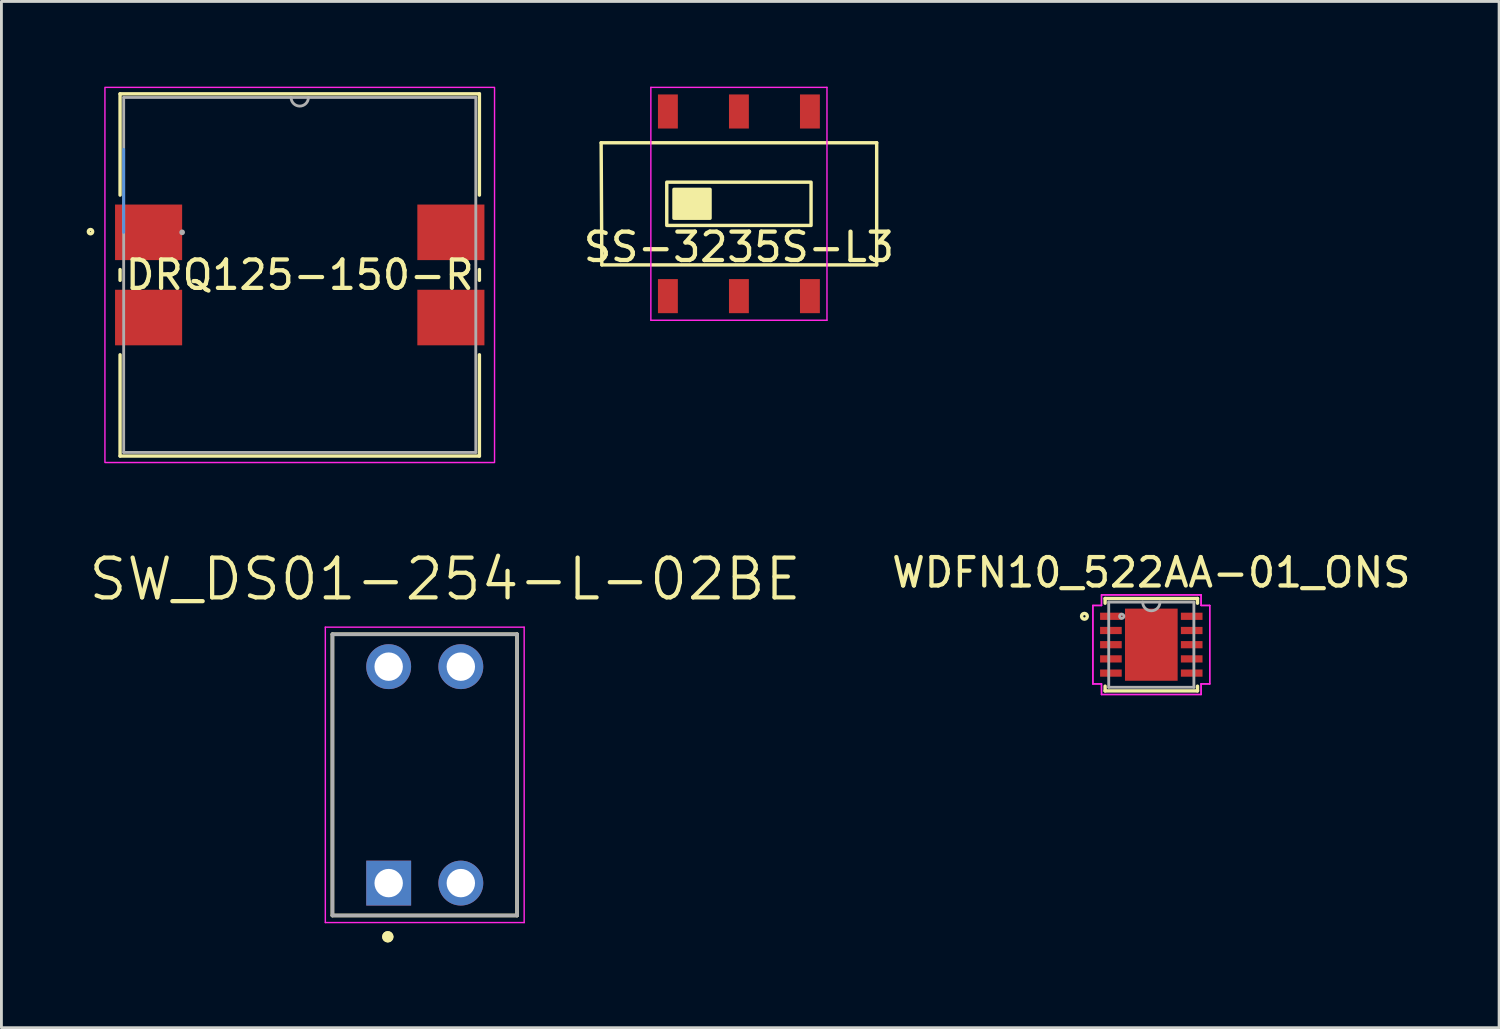
<source format=kicad_pcb>
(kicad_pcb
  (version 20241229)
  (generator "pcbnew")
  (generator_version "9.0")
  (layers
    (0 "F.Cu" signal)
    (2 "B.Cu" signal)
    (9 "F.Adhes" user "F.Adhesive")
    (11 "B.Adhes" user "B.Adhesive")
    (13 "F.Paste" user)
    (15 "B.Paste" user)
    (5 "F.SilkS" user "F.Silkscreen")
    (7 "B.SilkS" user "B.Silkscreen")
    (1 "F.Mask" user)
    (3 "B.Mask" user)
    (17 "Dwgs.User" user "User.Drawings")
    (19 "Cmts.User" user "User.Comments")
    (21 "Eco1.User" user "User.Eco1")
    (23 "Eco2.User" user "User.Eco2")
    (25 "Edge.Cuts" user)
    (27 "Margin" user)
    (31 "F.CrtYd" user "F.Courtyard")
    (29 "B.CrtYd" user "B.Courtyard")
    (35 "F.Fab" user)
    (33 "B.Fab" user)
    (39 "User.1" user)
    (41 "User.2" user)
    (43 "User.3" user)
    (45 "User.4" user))
  (footprint "SW_DS01-254-L-02BE"
    (layer "F.Cu")
    (at 11.903 24.229)
    (property "Reference" "SW_DS01-254-L-02BE" (at 0.715 -6.889 0) (layer "F.SilkS") (effects (font (size 1.4 1.4) (thickness 0.15))))
    (attr through_hole)
    (fp_line (start -3.25 -4.95) (end 3.25 -4.95) (stroke (width 0.127) (type solid)) (layer "F.SilkS"))
    (fp_line (start -3.25 4.95) (end -3.25 -4.95) (stroke (width 0.127) (type solid)) (layer "F.SilkS"))
    (fp_line (start 3.25 -4.95) (end 3.25 4.95) (stroke (width 0.127) (type solid)) (layer "F.SilkS"))
    (fp_line (start 3.25 4.95) (end -3.25 4.95) (stroke (width 0.127) (type solid)) (layer "F.SilkS"))
    (fp_circle (center -1.3 5.7) (end -1.2 5.7) (stroke (width 0.2) (type solid)) (fill no) (layer "F.SilkS"))
    (fp_circle (center -1.3 5.7) (end -1.2 5.7) (stroke (width 0.2) (type solid)) (fill no) (layer "F.SilkS"))
    (fp_line (start -3.5 -5.2) (end -3.5 5.2) (stroke (width 0.05) (type solid)) (layer "F.CrtYd"))
    (fp_line (start -3.5 5.2) (end 3.5 5.2) (stroke (width 0.05) (type solid)) (layer "F.CrtYd"))
    (fp_line (start 3.5 -5.2) (end -3.5 -5.2) (stroke (width 0.05) (type solid)) (layer "F.CrtYd"))
    (fp_line (start 3.5 5.2) (end 3.5 -5.2) (stroke (width 0.05) (type solid)) (layer "F.CrtYd"))
    (fp_line (start -3.25 -4.95) (end 3.25 -4.95) (stroke (width 0.127) (type solid)) (layer "F.Fab"))
    (fp_line (start -3.25 4.95) (end -3.25 -4.95) (stroke (width 0.127) (type solid)) (layer "F.Fab"))
    (fp_line (start 3.25 -4.95) (end 3.25 4.95) (stroke (width 0.127) (type solid)) (layer "F.Fab"))
    (fp_line (start 3.25 4.95) (end -3.25 4.95) (stroke (width 0.127) (type solid)) (layer "F.Fab"))
    (pad "1A" thru_hole rect (at -1.27 3.81) (size 1.58 1.58) (drill 1) (layers "*.Cu" "*.Mask"))
    (pad "1B" thru_hole circle (at -1.27 -3.81) (size 1.58 1.58) (drill 1) (layers "*.Cu" "*.Mask"))
    (pad "2A" thru_hole circle (at 1.27 3.81) (size 1.58 1.58) (drill 1) (layers "*.Cu" "*.Mask"))
    (pad "2B" thru_hole circle (at 1.27 -3.81) (size 1.58 1.58) (drill 1) (layers "*.Cu" "*.Mask")))
  (footprint "WDFN10_522AA-01_ONS"
    (layer "F.Cu")
    (at 37.481 19.646)
    (property "Reference" "WDFN10_522AA-01_ONS" (at 0 -2.54 0) (layer "F.SilkS") (effects (font (size 1 1) (thickness 0.15))))
    (attr through_hole)
    (fp_line (start -1.626 -1.626) (end -1.626 -1.46) (stroke (width 0.12) (type solid)) (layer "F.SilkS"))
    (fp_line (start -1.626 1.46) (end -1.626 1.626) (stroke (width 0.12) (type solid)) (layer "F.SilkS"))
    (fp_line (start -1.626 1.626) (end 1.626 1.626) (stroke (width 0.12) (type solid)) (layer "F.SilkS"))
    (fp_line (start 1.626 -1.626) (end -1.626 -1.626) (stroke (width 0.12) (type solid)) (layer "F.SilkS"))
    (fp_line (start 1.626 -1.46) (end 1.626 -1.626) (stroke (width 0.12) (type solid)) (layer "F.SilkS"))
    (fp_line (start 1.626 1.626) (end 1.626 1.46) (stroke (width 0.12) (type solid)) (layer "F.SilkS"))
    (fp_circle (center -2.354 -1) (end -2.253 -1) (stroke (width 0.12) (type solid)) (fill no) (layer "F.SilkS"))
    (fp_poly (pts (xy -0.827 -1.17) (xy -0.827 -0.1) (xy 0.827 -0.1) (xy 0.827 -1.17)) (stroke (width 0.1) (type solid)) (fill yes) (layer "F.Paste"))
    (fp_poly (pts (xy -0.827 0.1) (xy -0.827 1.17) (xy 0.827 1.17) (xy 0.827 0.1)) (stroke (width 0.1) (type solid)) (fill yes) (layer "F.Paste"))
    (fp_line (start -2.057 -1.381) (end -1.753 -1.381) (stroke (width 0.05) (type solid)) (layer "F.CrtYd"))
    (fp_line (start -2.057 -1.381) (end -1.753 -1.381) (stroke (width 0.05) (type solid)) (layer "F.CrtYd"))
    (fp_line (start -2.057 1.381) (end -2.057 -1.381) (stroke (width 0.05) (type solid)) (layer "F.CrtYd"))
    (fp_line (start -2.057 1.381) (end -2.057 -1.381) (stroke (width 0.05) (type solid)) (layer "F.CrtYd"))
    (fp_line (start -2.057 1.381) (end -1.753 1.381) (stroke (width 0.05) (type solid)) (layer "F.CrtYd"))
    (fp_line (start -1.753 -1.753) (end 1.753 -1.753) (stroke (width 0.05) (type solid)) (layer "F.CrtYd"))
    (fp_line (start -1.753 -1.753) (end 1.753 -1.753) (stroke (width 0.05) (type solid)) (layer "F.CrtYd"))
    (fp_line (start -1.753 -1.381) (end -1.753 -1.753) (stroke (width 0.05) (type solid)) (layer "F.CrtYd"))
    (fp_line (start -1.753 -1.381) (end -1.753 -1.753) (stroke (width 0.05) (type solid)) (layer "F.CrtYd"))
    (fp_line (start -1.753 1.381) (end -2.057 1.381) (stroke (width 0.05) (type solid)) (layer "F.CrtYd"))
    (fp_line (start -1.753 1.753) (end -1.753 1.381) (stroke (width 0.05) (type solid)) (layer "F.CrtYd"))
    (fp_line (start -1.753 1.753) (end -1.753 1.381) (stroke (width 0.05) (type solid)) (layer "F.CrtYd"))
    (fp_line (start 1.753 -1.753) (end 1.753 -1.381) (stroke (width 0.05) (type solid)) (layer "F.CrtYd"))
    (fp_line (start 1.753 -1.753) (end 1.753 -1.381) (stroke (width 0.05) (type solid)) (layer "F.CrtYd"))
    (fp_line (start 1.753 -1.381) (end 2.057 -1.381) (stroke (width 0.05) (type solid)) (layer "F.CrtYd"))
    (fp_line (start 1.753 1.381) (end 1.753 1.753) (stroke (width 0.05) (type solid)) (layer "F.CrtYd"))
    (fp_line (start 1.753 1.381) (end 1.753 1.753) (stroke (width 0.05) (type solid)) (layer "F.CrtYd"))
    (fp_line (start 1.753 1.753) (end -1.753 1.753) (stroke (width 0.05) (type solid)) (layer "F.CrtYd"))
    (fp_line (start 1.753 1.753) (end -1.753 1.753) (stroke (width 0.05) (type solid)) (layer "F.CrtYd"))
    (fp_line (start 2.057 -1.381) (end 1.753 -1.381) (stroke (width 0.05) (type solid)) (layer "F.CrtYd"))
    (fp_line (start 2.057 -1.381) (end 2.057 1.381) (stroke (width 0.05) (type solid)) (layer "F.CrtYd"))
    (fp_line (start 2.057 -1.381) (end 2.057 1.381) (stroke (width 0.05) (type solid)) (layer "F.CrtYd"))
    (fp_line (start 2.057 1.381) (end 1.753 1.381) (stroke (width 0.05) (type solid)) (layer "F.CrtYd"))
    (fp_line (start 2.057 1.381) (end 1.753 1.381) (stroke (width 0.05) (type solid)) (layer "F.CrtYd"))
    (fp_line (start -1.499 -1.499) (end -1.499 1.499) (stroke (width 0.1) (type solid)) (layer "F.Fab"))
    (fp_line (start -1.499 1.499) (end 1.499 1.499) (stroke (width 0.1) (type solid)) (layer "F.Fab"))
    (fp_line (start 1.499 -1.499) (end -1.499 -1.499) (stroke (width 0.1) (type solid)) (layer "F.Fab"))
    (fp_line (start 1.499 1.499) (end 1.499 -1.499) (stroke (width 0.1) (type solid)) (layer "F.Fab"))
    (fp_arc (start 0.3048 -1.4986) (mid 0 -1.1938) (end -0.3048 -1.4986) (stroke (width 0.1) (type solid)) (layer "F.Fab"))
    (fp_circle (center -1.041 -1) (end -0.965 -1) (stroke (width 0.1) (type solid)) (fill no) (layer "F.Fab"))
    (pad "1" smd rect (at -1.422 -1) (size 0.762 0.254) (layers "F.Cu" "F.Mask" "F.Paste"))
    (pad "2" smd rect (at -1.422 -0.5) (size 0.762 0.254) (layers "F.Cu" "F.Mask" "F.Paste"))
    (pad "3" smd rect (at -1.422 0) (size 0.762 0.254) (layers "F.Cu" "F.Mask" "F.Paste"))
    (pad "4" smd rect (at -1.422 0.5) (size 0.762 0.254) (layers "F.Cu" "F.Mask" "F.Paste"))
    (pad "5" smd rect (at -1.422 1) (size 0.762 0.254) (layers "F.Cu" "F.Mask" "F.Paste"))
    (pad "6" smd rect (at 1.422 1) (size 0.762 0.254) (layers "F.Cu" "F.Mask" "F.Paste"))
    (pad "7" smd rect (at 1.422 0.5) (size 0.762 0.254) (layers "F.Cu" "F.Mask" "F.Paste"))
    (pad "8" smd rect (at 1.422 0) (size 0.762 0.254) (layers "F.Cu" "F.Mask" "F.Paste"))
    (pad "9" smd rect (at 1.422 -0.5) (size 0.762 0.254) (layers "F.Cu" "F.Mask" "F.Paste"))
    (pad "10" smd rect (at 1.422 -1) (size 0.762 0.254) (layers "F.Cu" "F.Mask" "F.Paste"))
    (pad "11" smd rect (at 0 0) (size 1.854 2.54) (layers "F.Cu" "F.Mask" "F.Paste")))
  (footprint "SS-3235S-L3"
    (layer "F.Cu")
    (at 22.963 4.125)
    (property "Reference" "SS-3235S-L3" (at 0 1.524 180) (layer "F.SilkS") (effects (font (size 1 1) (thickness 0.15))))
    (attr through_hole)
    (fp_line (start -4.85 -2.15) (end 4.85 -2.15) (stroke (width 0.12) (type solid)) (layer "F.SilkS"))
    (fp_line (start -4.826 2.15) (end -4.85 -2.15) (stroke (width 0.12) (type solid)) (layer "F.SilkS"))
    (fp_line (start 4.85 -2.15) (end 4.85 2.15) (stroke (width 0.12) (type solid)) (layer "F.SilkS"))
    (fp_line (start 4.85 2.15) (end -4.826 2.15) (stroke (width 0.12) (type solid)) (layer "F.SilkS"))
    (fp_rect (start -2.54 -0.762) (end 2.54 0.762) (stroke (width 0.12) (type solid)) (fill no) (layer "F.SilkS"))
    (fp_rect (start -2.286 -0.508) (end -1.016 0.508) (stroke (width 0.12) (type solid)) (fill yes) (layer "F.SilkS"))
    (fp_line (start -3.1 -4.1) (end 3.1 -4.1) (stroke (width 0.05) (type solid)) (layer "F.CrtYd"))
    (fp_line (start -3.1 4.1) (end -3.1 -4.1) (stroke (width 0.05) (type solid)) (layer "F.CrtYd"))
    (fp_line (start 3.1 -4.1) (end 3.1 4.1) (stroke (width 0.05) (type solid)) (layer "F.CrtYd"))
    (fp_line (start 3.1 4.1) (end -3.1 4.1) (stroke (width 0.05) (type solid)) (layer "F.CrtYd"))
    (pad "1" smd rect (at -2.5 -3.25) (size 0.7 1.2) (layers "F.Cu" "F.Mask" "F.Paste"))
    (pad "2" smd rect (at 0 -3.25) (size 0.7 1.2) (layers "F.Cu" "F.Mask" "F.Paste"))
    (pad "3" smd rect (at 2.5 -3.25) (size 0.7 1.2) (layers "F.Cu" "F.Mask" "F.Paste"))
    (pad "4" smd rect (at -2.5 3.25) (size 0.7 1.2) (layers "F.Cu" "F.Mask" "F.Paste"))
    (pad "5" smd rect (at 0 3.25) (size 0.7 1.2) (layers "F.Cu" "F.Mask" "F.Paste"))
    (pad "6" smd rect (at 2.5 3.25) (size 0.7 1.2) (layers "F.Cu" "F.Mask" "F.Paste")))
  (footprint "DRQ125-150-R"
    (layer "F.Cu")
    (at 7.502 6.629)
    (property "Reference" "DRQ125-150-R" (at 0 0 0) (layer "F.SilkS") (effects (font (size 1 1) (thickness 0.15))))
    (attr through_hole)
    (fp_line (start -6.325 -6.375) (end -6.325 -2.811) (stroke (width 0.12) (type solid)) (layer "F.SilkS"))
    (fp_line (start -6.325 -0.189) (end -6.325 0.189) (stroke (width 0.12) (type solid)) (layer "F.SilkS"))
    (fp_line (start -6.325 2.811) (end -6.325 6.375) (stroke (width 0.12) (type solid)) (layer "F.SilkS"))
    (fp_line (start -6.325 6.375) (end 6.325 6.375) (stroke (width 0.12) (type solid)) (layer "F.SilkS"))
    (fp_line (start 6.325 -6.375) (end -6.325 -6.375) (stroke (width 0.12) (type solid)) (layer "F.SilkS"))
    (fp_line (start 6.325 -2.811) (end 6.325 -6.375) (stroke (width 0.12) (type solid)) (layer "F.SilkS"))
    (fp_line (start 6.325 0.189) (end 6.325 -0.189) (stroke (width 0.12) (type solid)) (layer "F.SilkS"))
    (fp_line (start 6.325 6.375) (end 6.325 2.811) (stroke (width 0.12) (type solid)) (layer "F.SilkS"))
    (fp_circle (center -7.366 -1.524) (end -7.29 -1.524) (stroke (width 0.12) (type solid)) (fill no) (layer "F.SilkS"))
    (fp_line (start -6.198 -1.5) (end -6.198 -4.421) (stroke (width 0.1) (type solid)) (layer "Cmts.User"))
    (fp_rect (start -6.858 -6.604) (end 6.858 6.604) (stroke (width 0.05) (type solid)) (fill no) (layer "F.CrtYd"))
    (fp_line (start -6.198 -6.248) (end -6.198 6.248) (stroke (width 0.1) (type solid)) (layer "F.Fab"))
    (fp_line (start -6.198 6.248) (end 6.198 6.248) (stroke (width 0.1) (type solid)) (layer "F.Fab"))
    (fp_line (start 6.198 -6.248) (end -6.198 -6.248) (stroke (width 0.1) (type solid)) (layer "F.Fab"))
    (fp_line (start 6.198 6.248) (end 6.198 -6.248) (stroke (width 0.1) (type solid)) (layer "F.Fab"))
    (fp_arc (start 0.3048 -6.2484) (mid 0 -5.9436) (end -0.3048 -6.2484) (stroke (width 0.1) (type solid)) (layer "F.Fab"))
    (fp_circle (center -4.14 -1.5) (end -4.14 -1.5) (stroke (width 0.1) (type solid)) (fill no) (layer "F.Fab"))
    (pad "1" smd rect (at -5.321 -1.5) (size 2.362 1.956) (layers "F.Cu" "F.Mask" "F.Paste"))
    (pad "2" smd rect (at -5.321 1.5) (size 2.362 1.956) (layers "F.Cu" "F.Mask" "F.Paste"))
    (pad "3" smd rect (at 5.321 1.5) (size 2.362 1.956) (layers "F.Cu" "F.Mask" "F.Paste"))
    (pad "4" smd rect (at 5.321 -1.5) (size 2.362 1.956) (layers "F.Cu" "F.Mask" "F.Paste")))
  (gr_rect
    (start -3 -3)
    (end 49.725 33.129)
    (stroke (width 0.1) (type default))
    (fill no)
    (layer "Edge.Cuts")))
</source>
